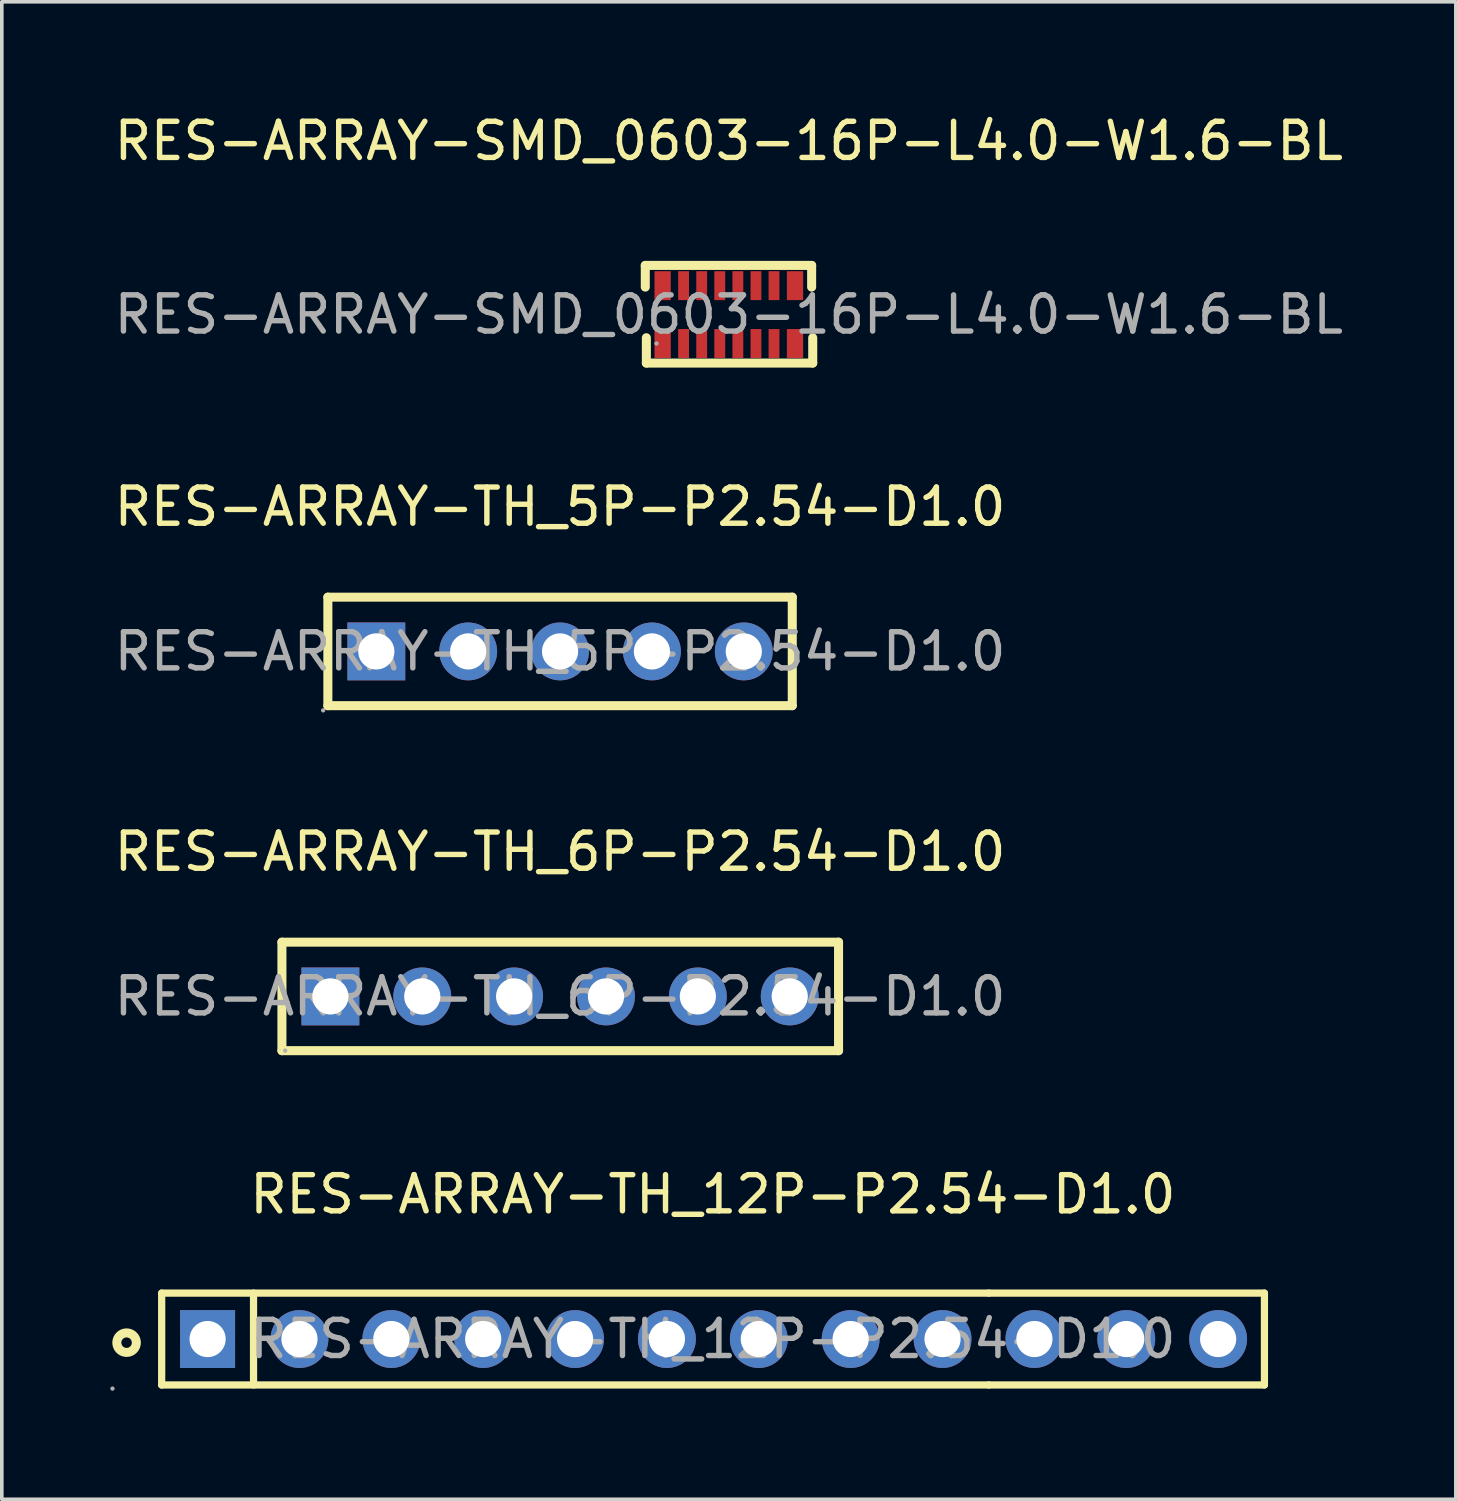
<source format=kicad_pcb>
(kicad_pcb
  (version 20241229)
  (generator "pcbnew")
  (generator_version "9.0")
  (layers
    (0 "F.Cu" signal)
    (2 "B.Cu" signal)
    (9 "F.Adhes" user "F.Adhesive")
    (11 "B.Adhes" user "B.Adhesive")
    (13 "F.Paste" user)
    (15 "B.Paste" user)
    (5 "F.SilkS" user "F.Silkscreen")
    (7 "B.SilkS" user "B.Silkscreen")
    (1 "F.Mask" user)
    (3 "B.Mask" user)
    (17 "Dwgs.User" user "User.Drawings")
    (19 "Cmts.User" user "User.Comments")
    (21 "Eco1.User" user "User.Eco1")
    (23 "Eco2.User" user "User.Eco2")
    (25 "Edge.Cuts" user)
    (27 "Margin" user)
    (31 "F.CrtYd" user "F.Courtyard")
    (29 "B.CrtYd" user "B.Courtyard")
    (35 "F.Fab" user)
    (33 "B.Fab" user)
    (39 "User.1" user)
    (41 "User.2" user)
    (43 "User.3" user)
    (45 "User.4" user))
  (footprint "RES-ARRAY-TH_5P-P2.54-D1.0"
    (layer "F.Cu")
    (at 12.435 14.961)
    (property "Reference" "RES-ARRAY-TH_5P-P2.54-D1.0" (at 0 -4 0) (layer "F.SilkS") (effects (font (size 1 1) (thickness 0.15))))
    (attr through_hole)
    (fp_line (start -6.42 -1.5) (end 6.42 -1.5) (stroke (width 0.25) (type solid)) (layer "F.SilkS"))
    (fp_line (start -6.42 1.5) (end -6.42 -1.5) (stroke (width 0.25) (type solid)) (layer "F.SilkS"))
    (fp_line (start 6.42 -1.5) (end 6.42 1.5) (stroke (width 0.25) (type solid)) (layer "F.SilkS"))
    (fp_line (start 6.42 1.5) (end -6.42 1.5) (stroke (width 0.25) (type solid)) (layer "F.SilkS"))
    (fp_circle (center -6.55 1.63) (end -6.52 1.63) (stroke (width 0.06) (type solid)) (fill no) (layer "F.Fab"))
    (fp_circle (center -5.08 0) (end -4.88 0) (stroke (width 0.4) (type solid)) (fill no) (layer "F.Fab"))
    (fp_circle (center -2.54 0) (end -2.34 0) (stroke (width 0.4) (type solid)) (fill no) (layer "F.Fab"))
    (fp_circle (center 0 0) (end 0.2 0) (stroke (width 0.4) (type solid)) (fill no) (layer "F.Fab"))
    (fp_circle (center 2.54 0) (end 2.74 0) (stroke (width 0.4) (type solid)) (fill no) (layer "F.Fab"))
    (fp_circle (center 5.08 0) (end 5.28 0) (stroke (width 0.4) (type solid)) (fill no) (layer "F.Fab"))
    (fp_text user "${REFERENCE}" (at 0 0 0) (layer "F.Fab") (effects (font (size 1 1) (thickness 0.15))))
    (pad "1" thru_hole rect (at -5.08 0) (size 1.6 1.6) (drill 1) (layers "*.Cu" "*.Paste" "*.Mask"))
    (pad "2" thru_hole circle (at -2.54 0) (size 1.6 1.6) (drill 1) (layers "*.Cu" "*.Paste" "*.Mask"))
    (pad "3" thru_hole circle (at 0 0) (size 1.6 1.6) (drill 1) (layers "*.Cu" "*.Paste" "*.Mask"))
    (pad "4" thru_hole circle (at 2.54 0) (size 1.6 1.6) (drill 1) (layers "*.Cu" "*.Paste" "*.Mask"))
    (pad "5" thru_hole circle (at 5.08 0) (size 1.6 1.6) (drill 1) (layers "*.Cu" "*.Paste" "*.Mask")))
  (footprint "RES-ARRAY-TH_12P-P2.54-D1.0"
    (layer "F.Cu")
    (at 16.66 33.973)
    (property "Reference" "RES-ARRAY-TH_12P-P2.54-D1.0" (at 0 -4 0) (layer "F.SilkS") (effects (font (size 1 1) (thickness 0.15))))
    (attr through_hole)
    (fp_line (start -15.24 -1.27) (end 7.63 -1.27) (stroke (width 0.2) (type solid)) (layer "F.SilkS"))
    (fp_line (start -15.24 1.27) (end -15.24 -1.27) (stroke (width 0.2) (type solid)) (layer "F.SilkS"))
    (fp_line (start -12.7 1.27) (end -12.7 -1.27) (stroke (width 0.2) (type solid)) (layer "F.SilkS"))
    (fp_line (start 7.63 -1.27) (end 15.25 -1.27) (stroke (width 0.2) (type solid)) (layer "F.SilkS"))
    (fp_line (start 7.63 1.27) (end -15.24 1.27) (stroke (width 0.2) (type solid)) (layer "F.SilkS"))
    (fp_line (start 15.25 -1.27) (end 15.25 1.27) (stroke (width 0.2) (type solid)) (layer "F.SilkS"))
    (fp_line (start 15.25 1.27) (end 7.63 1.27) (stroke (width 0.2) (type solid)) (layer "F.SilkS"))
    (fp_circle (center -16.21 0.1) (end -15.94 0.1) (stroke (width 0.25) (type solid)) (fill no) (layer "F.SilkS"))
    (fp_circle (center -16.6 1.37) (end -16.57 1.37) (stroke (width 0.06) (type solid)) (fill no) (layer "F.Fab"))
    (fp_circle (center -13.97 0) (end -13.77 0) (stroke (width 0.4) (type solid)) (fill no) (layer "F.Fab"))
    (fp_circle (center -11.43 0) (end -11.23 0) (stroke (width 0.4) (type solid)) (fill no) (layer "F.Fab"))
    (fp_circle (center -8.89 0) (end -8.69 0) (stroke (width 0.4) (type solid)) (fill no) (layer "F.Fab"))
    (fp_circle (center -6.35 0) (end -6.15 0) (stroke (width 0.4) (type solid)) (fill no) (layer "F.Fab"))
    (fp_circle (center -3.81 0) (end -3.61 0) (stroke (width 0.4) (type solid)) (fill no) (layer "F.Fab"))
    (fp_circle (center -1.27 0) (end -1.07 0) (stroke (width 0.4) (type solid)) (fill no) (layer "F.Fab"))
    (fp_circle (center 1.27 0) (end 1.47 0) (stroke (width 0.4) (type solid)) (fill no) (layer "F.Fab"))
    (fp_circle (center 3.81 0) (end 4.01 0) (stroke (width 0.4) (type solid)) (fill no) (layer "F.Fab"))
    (fp_circle (center 6.35 0) (end 6.55 0) (stroke (width 0.4) (type solid)) (fill no) (layer "F.Fab"))
    (fp_circle (center 8.89 0) (end 9.09 0) (stroke (width 0.4) (type solid)) (fill no) (layer "F.Fab"))
    (fp_circle (center 11.43 0) (end 11.63 0) (stroke (width 0.4) (type solid)) (fill no) (layer "F.Fab"))
    (fp_circle (center 13.97 0) (end 14.17 0) (stroke (width 0.4) (type solid)) (fill no) (layer "F.Fab"))
    (fp_text user "${REFERENCE}" (at 0 0 0) (layer "F.Fab") (effects (font (size 1 1) (thickness 0.15))))
    (pad "1" thru_hole rect (at -13.97 0) (size 1.52 1.6) (drill 1) (layers "*.Cu" "*.Paste" "*.Mask"))
    (pad "2" thru_hole circle (at -11.43 0) (size 1.6 1.6) (drill 1) (layers "*.Cu" "*.Paste" "*.Mask"))
    (pad "3" thru_hole circle (at -8.89 0) (size 1.6 1.6) (drill 1) (layers "*.Cu" "*.Paste" "*.Mask"))
    (pad "4" thru_hole circle (at -6.35 0) (size 1.6 1.6) (drill 1) (layers "*.Cu" "*.Paste" "*.Mask"))
    (pad "5" thru_hole circle (at -3.81 0) (size 1.6 1.6) (drill 1) (layers "*.Cu" "*.Paste" "*.Mask"))
    (pad "6" thru_hole circle (at -1.27 0) (size 1.6 1.6) (drill 1) (layers "*.Cu" "*.Paste" "*.Mask"))
    (pad "7" thru_hole circle (at 1.27 0) (size 1.6 1.6) (drill 1) (layers "*.Cu" "*.Paste" "*.Mask"))
    (pad "8" thru_hole circle (at 3.81 0) (size 1.6 1.6) (drill 1) (layers "*.Cu" "*.Paste" "*.Mask"))
    (pad "9" thru_hole circle (at 6.35 0) (size 1.6 1.6) (drill 1) (layers "*.Cu" "*.Paste" "*.Mask"))
    (pad "10" thru_hole circle (at 8.89 0) (size 1.6 1.6) (drill 1) (layers "*.Cu" "*.Paste" "*.Mask"))
    (pad "11" thru_hole circle (at 11.43 0) (size 1.6 1.6) (drill 1) (layers "*.Cu" "*.Paste" "*.Mask"))
    (pad "12" thru_hole circle (at 13.97 0) (size 1.6 1.6) (drill 1) (layers "*.Cu" "*.Paste" "*.Mask")))
  (footprint "RES-ARRAY-SMD_0603-16P-L4.0-W1.6-BL"
    (layer "F.Cu")
    (at 17.101 5.648)
    (property "Reference" "RES-ARRAY-SMD_0603-16P-L4.0-W1.6-BL" (at 0 -4.8 0) (layer "F.SilkS") (effects (font (size 1 1) (thickness 0.15))))
    (attr through_hole)
    (fp_line (start -2.31 -1.36) (end -2.31 -0.76) (stroke (width 0.25) (type solid)) (layer "F.SilkS"))
    (fp_line (start -2.28 0.64) (end -2.28 1.34) (stroke (width 0.25) (type solid)) (layer "F.SilkS"))
    (fp_line (start -2.28 1.34) (end 2.32 1.34) (stroke (width 0.25) (type solid)) (layer "F.SilkS"))
    (fp_line (start 2.29 -1.36) (end -2.31 -1.36) (stroke (width 0.25) (type solid)) (layer "F.SilkS"))
    (fp_line (start 2.29 -0.76) (end 2.29 -1.36) (stroke (width 0.25) (type solid)) (layer "F.SilkS"))
    (fp_line (start 2.32 1.34) (end 2.32 0.64) (stroke (width 0.25) (type solid)) (layer "F.SilkS"))
    (fp_circle (center -2 0.8) (end -1.97 0.8) (stroke (width 0.06) (type solid)) (fill no) (layer "F.Fab"))
    (fp_text user "${REFERENCE}" (at 0 0 0) (layer "F.Fab") (effects (font (size 1 1) (thickness 0.15))))
    (pad "1" smd rect (at -1.83 0.8 90) (size 0.8 0.45) (layers "F.Cu" "F.Mask" "F.Paste"))
    (pad "2" smd rect (at -1.25 0.8 90) (size 0.8 0.3) (layers "F.Cu" "F.Mask" "F.Paste"))
    (pad "3" smd rect (at -0.75 0.8 90) (size 0.8 0.3) (layers "F.Cu" "F.Mask" "F.Paste"))
    (pad "4" smd rect (at -0.25 0.8 90) (size 0.8 0.3) (layers "F.Cu" "F.Mask" "F.Paste"))
    (pad "5" smd rect (at 0.25 0.8 90) (size 0.8 0.3) (layers "F.Cu" "F.Mask" "F.Paste"))
    (pad "6" smd rect (at 0.75 0.8 90) (size 0.8 0.3) (layers "F.Cu" "F.Mask" "F.Paste"))
    (pad "7" smd rect (at 1.25 0.8 90) (size 0.8 0.3) (layers "F.Cu" "F.Mask" "F.Paste"))
    (pad "8" smd rect (at 1.83 0.8 90) (size 0.8 0.45) (layers "F.Cu" "F.Mask" "F.Paste"))
    (pad "9" smd rect (at 1.83 -0.8 90) (size 0.8 0.45) (layers "F.Cu" "F.Mask" "F.Paste"))
    (pad "10" smd rect (at 1.25 -0.8 90) (size 0.8 0.3) (layers "F.Cu" "F.Mask" "F.Paste"))
    (pad "11" smd rect (at 0.75 -0.8 90) (size 0.8 0.3) (layers "F.Cu" "F.Mask" "F.Paste"))
    (pad "12" smd rect (at 0.25 -0.8 90) (size 0.8 0.3) (layers "F.Cu" "F.Mask" "F.Paste"))
    (pad "13" smd rect (at -0.25 -0.8 90) (size 0.8 0.3) (layers "F.Cu" "F.Mask" "F.Paste"))
    (pad "14" smd rect (at -0.75 -0.8 90) (size 0.8 0.3) (layers "F.Cu" "F.Mask" "F.Paste"))
    (pad "15" smd rect (at -1.25 -0.8 90) (size 0.8 0.3) (layers "F.Cu" "F.Mask" "F.Paste"))
    (pad "16" smd rect (at -1.83 -0.8 90) (size 0.8 0.45) (layers "F.Cu" "F.Mask" "F.Paste")))
  (footprint "RES-ARRAY-TH_6P-P2.54-D1.0"
    (layer "F.Cu")
    (at 12.435 24.5)
    (property "Reference" "RES-ARRAY-TH_6P-P2.54-D1.0" (at 0 -4 0) (layer "F.SilkS") (effects (font (size 1 1) (thickness 0.15))))
    (attr through_hole)
    (fp_line (start -7.69 -1.5) (end 7.7 -1.5) (stroke (width 0.25) (type solid)) (layer "F.SilkS"))
    (fp_line (start -7.69 1.5) (end -7.69 -1.5) (stroke (width 0.25) (type solid)) (layer "F.SilkS"))
    (fp_line (start 7.7 -1.5) (end 7.7 1.5) (stroke (width 0.25) (type solid)) (layer "F.SilkS"))
    (fp_line (start 7.7 1.5) (end -7.69 1.5) (stroke (width 0.25) (type solid)) (layer "F.SilkS"))
    (fp_circle (center -7.6 1.5) (end -7.57 1.5) (stroke (width 0.06) (type solid)) (fill no) (layer "F.Fab"))
    (fp_text user "${REFERENCE}" (at 0 0 0) (layer "F.Fab") (effects (font (size 1 1) (thickness 0.15))))
    (pad "1" thru_hole rect (at -6.35 0) (size 1.6 1.6) (drill 1) (layers "*.Cu" "*.Paste" "*.Mask"))
    (pad "2" thru_hole circle (at -3.81 0) (size 1.6 1.6) (drill 1) (layers "*.Cu" "*.Paste" "*.Mask"))
    (pad "3" thru_hole circle (at -1.27 0) (size 1.6 1.6) (drill 1) (layers "*.Cu" "*.Paste" "*.Mask"))
    (pad "4" thru_hole circle (at 1.27 0) (size 1.6 1.6) (drill 1) (layers "*.Cu" "*.Paste" "*.Mask"))
    (pad "5" thru_hole circle (at 3.81 0) (size 1.6 1.6) (drill 1) (layers "*.Cu" "*.Paste" "*.Mask"))
    (pad "6" thru_hole circle (at 6.35 0) (size 1.6 1.6) (drill 1) (layers "*.Cu" "*.Paste" "*.Mask")))
  (gr_rect
    (start -3 -3)
    (end 37.202 38.403)
    (stroke (width 0.1) (type default))
    (fill no)
    (layer "Edge.Cuts")))
</source>
